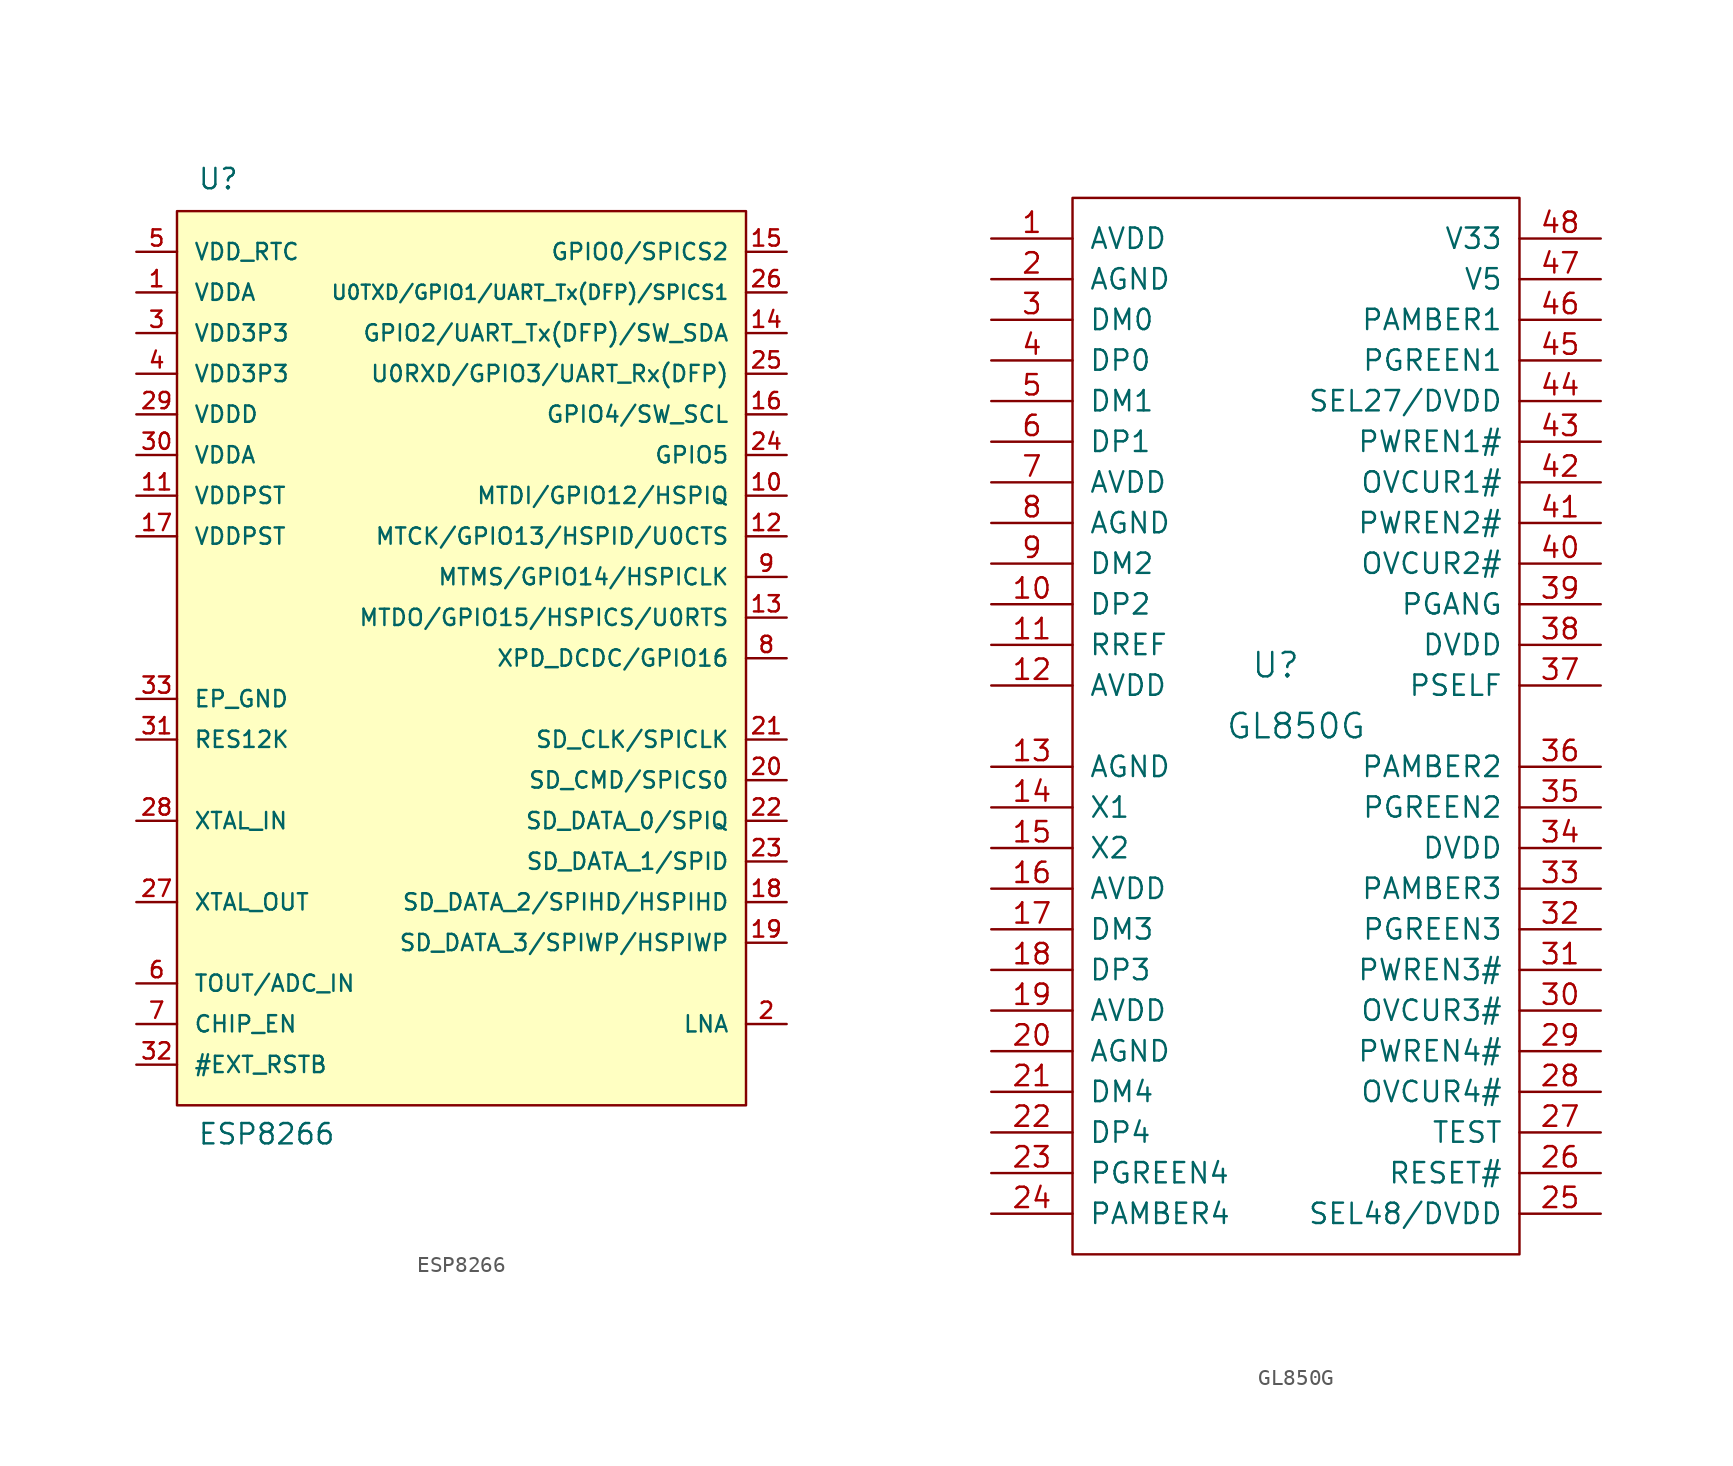
<source format=kicad_sym>
(kicad_symbol_lib
  (version 20220914)
  (generator kicad_symbol_editor)
  (symbol "ESP8266"
    (pin_names
      (offset 1.016))
    (property "Reference" "U"
      (at -16.51 29.21 0)
      (effects (font (size 1.27 1.27)) (justify left bottom)))
    (property "Value" "ESP8266"
      (at -16.51 -30.48 0)
      (effects (font (size 1.27 1.27)) (justify left bottom)))
    (property "Datasheet" ""
      (at -3.81 7.62 0)
      (effects (font (size 1.524 1.524))))
    (symbol "ESP8266_0_1"
      (rectangle (start -17.78 27.94) (end 17.78 -27.94) (stroke (width 0) (type solid)) (fill (type background))))
    (symbol "ESP8266_1_1"
      (pin power_in line (at -20.32 22.86 0) (length 2.54) (name "VDDA" (effects (font (size 1.016 1.016)))) (number "1" (effects (font (size 1.016 1.016)))))
      (pin bidirectional line (at 20.32 10.16 180) (length 2.54) (name "MTDI/GPIO12/HSPIQ" (effects (font (size 1.016 1.016)))) (number "10" (effects (font (size 1.016 1.016)))))
      (pin power_in line (at -20.32 10.16 0) (length 2.54) (name "VDDPST" (effects (font (size 1.016 1.016)))) (number "11" (effects (font (size 1.016 1.016)))))
      (pin bidirectional line (at 20.32 7.62 180) (length 2.54) (name "MTCK/GPIO13/HSPID/U0CTS" (effects (font (size 1.016 1.016)))) (number "12" (effects (font (size 1.016 1.016)))))
      (pin bidirectional line (at 20.32 2.54 180) (length 2.54) (name "MTDO/GPIO15/HSPICS/U0RTS" (effects (font (size 1.016 1.016)))) (number "13" (effects (font (size 1.016 1.016)))))
      (pin bidirectional line (at 20.32 20.32 180) (length 2.54) (name "GPIO2/UART_Tx(DFP)/SW_SDA" (effects (font (size 1.016 1.016)))) (number "14" (effects (font (size 1.016 1.016)))))
      (pin bidirectional line (at 20.32 25.4 180) (length 2.54) (name "GPIO0/SPICS2" (effects (font (size 1.016 1.016)))) (number "15" (effects (font (size 1.016 1.016)))))
      (pin bidirectional line (at 20.32 15.24 180) (length 2.54) (name "GPIO4/SW_SCL" (effects (font (size 1.016 1.016)))) (number "16" (effects (font (size 1.016 1.016)))))
      (pin power_in line (at -20.32 7.62 0) (length 2.54) (name "VDDPST" (effects (font (size 1.016 1.016)))) (number "17" (effects (font (size 1.016 1.016)))))
      (pin bidirectional line (at 20.32 -15.24 180) (length 2.54) (name "SD_DATA_2/SPIHD/HSPIHD" (effects (font (size 1.016 1.016)))) (number "18" (effects (font (size 1.016 1.016)))))
      (pin bidirectional line (at 20.32 -17.78 180) (length 2.54) (name "SD_DATA_3/SPIWP/HSPIWP" (effects (font (size 1.016 1.016)))) (number "19" (effects (font (size 1.016 1.016)))))
      (pin bidirectional line (at 20.32 -22.86 180) (length 2.54) (name "LNA" (effects (font (size 1.016 1.016)))) (number "2" (effects (font (size 1.016 1.016)))))
      (pin bidirectional line (at 20.32 -7.62 180) (length 2.54) (name "SD_CMD/SPICS0" (effects (font (size 1.016 1.016)))) (number "20" (effects (font (size 1.016 1.016)))))
      (pin bidirectional line (at 20.32 -5.08 180) (length 2.54) (name "SD_CLK/SPICLK" (effects (font (size 1.016 1.016)))) (number "21" (effects (font (size 1.016 1.016)))))
      (pin bidirectional line (at 20.32 -10.16 180) (length 2.54) (name "SD_DATA_0/SPIQ" (effects (font (size 1.016 1.016)))) (number "22" (effects (font (size 1.016 1.016)))))
      (pin bidirectional line (at 20.32 -12.7 180) (length 2.54) (name "SD_DATA_1/SPID" (effects (font (size 1.016 1.016)))) (number "23" (effects (font (size 1.016 1.016)))))
      (pin bidirectional line (at 20.32 12.7 180) (length 2.54) (name "GPIO5" (effects (font (size 1.016 1.016)))) (number "24" (effects (font (size 1.016 1.016)))))
      (pin bidirectional line (at 20.32 17.78 180) (length 2.54) (name "U0RXD/GPIO3/UART_Rx(DFP)" (effects (font (size 1.016 1.016)))) (number "25" (effects (font (size 1.016 1.016)))))
      (pin bidirectional line (at 20.32 22.86 180) (length 2.54) (name "U0TXD/GPIO1/UART_Tx(DFP)/SPICS1" (effects (font (size 0.889 0.889)))) (number "26" (effects (font (size 1.016 1.016)))))
      (pin output line (at -20.32 -15.24 0) (length 2.54) (name "XTAL_OUT" (effects (font (size 1.016 1.016)))) (number "27" (effects (font (size 1.016 1.016)))))
      (pin input line (at -20.32 -10.16 0) (length 2.54) (name "XTAL_IN" (effects (font (size 1.016 1.016)))) (number "28" (effects (font (size 1.016 1.016)))))
      (pin power_in line (at -20.32 15.24 0) (length 2.54) (name "VDDD" (effects (font (size 1.016 1.016)))) (number "29" (effects (font (size 1.016 1.016)))))
      (pin power_in line (at -20.32 20.32 0) (length 2.54) (name "VDD3P3" (effects (font (size 1.016 1.016)))) (number "3" (effects (font (size 1.016 1.016)))))
      (pin power_in line (at -20.32 12.7 0) (length 2.54) (name "VDDA" (effects (font (size 1.016 1.016)))) (number "30" (effects (font (size 1.016 1.016)))))
      (pin input line (at -20.32 -5.08 0) (length 2.54) (name "RES12K" (effects (font (size 1.016 1.016)))) (number "31" (effects (font (size 1.016 1.016)))))
      (pin input line (at -20.32 -25.4 0) (length 2.54) (name "#EXT_RSTB" (effects (font (size 1.016 1.016)))) (number "32" (effects (font (size 1.016 1.016)))))
      (pin power_in line (at -20.32 -2.54 0) (length 2.54) (name "EP_GND" (effects (font (size 1.016 1.016)))) (number "33" (effects (font (size 1.016 1.016)))))
      (pin power_in line (at -20.32 17.78 0) (length 2.54) (name "VDD3P3" (effects (font (size 1.016 1.016)))) (number "4" (effects (font (size 1.016 1.016)))))
      (pin power_in line (at -20.32 25.4 0) (length 2.54) (name "VDD_RTC" (effects (font (size 1.016 1.016)))) (number "5" (effects (font (size 1.016 1.016)))))
      (pin input line (at -20.32 -20.32 0) (length 2.54) (name "TOUT/ADC_IN" (effects (font (size 1.016 1.016)))) (number "6" (effects (font (size 1.016 1.016)))))
      (pin input line (at -20.32 -22.86 0) (length 2.54) (name "CHIP_EN" (effects (font (size 1.016 1.016)))) (number "7" (effects (font (size 1.016 1.016)))))
      (pin bidirectional line (at 20.32 0 180) (length 2.54) (name "XPD_DCDC/GPIO16" (effects (font (size 1.016 1.016)))) (number "8" (effects (font (size 1.016 1.016)))))
      (pin bidirectional line (at 20.32 5.08 180) (length 2.54) (name "MTMS/GPIO14/HSPICLK" (effects (font (size 1.016 1.016)))) (number "9" (effects (font (size 1.016 1.016)))))))
  (symbol "GL850G"
    (pin_names
      (offset 1.016))
    (property "Reference" "U"
      (at -1.27 3.81 0)
      (effects (font (size 1.524 1.524))))
    (property "Value" "GL850G"
      (at 0 0 0)
      (effects (font (size 1.524 1.524))))
    (property "Footprint" ""
      (at 0 34.29 0)
      (effects (font (size 1.524 1.524))))
    (property "Datasheet" ""
      (at 0 34.29 0)
      (effects (font (size 1.524 1.524))))
    (symbol "GL850G_0_1"
      (rectangle (start -13.97 33.02) (end 13.97 -33.02) (stroke (width 0) (type solid)) (fill (type none))))
    (symbol "GL850G_1_1"
      (pin power_in line (at -19.05 30.48 0) (length 5.08) (name "AVDD" (effects (font (size 1.27 1.27)))) (number "1" (effects (font (size 1.27 1.27)))))
      (pin bidirectional line (at -19.05 7.62 0) (length 5.08) (name "DP2" (effects (font (size 1.27 1.27)))) (number "10" (effects (font (size 1.27 1.27)))))
      (pin power_in line (at -19.05 5.08 0) (length 5.08) (name "RREF" (effects (font (size 1.27 1.27)))) (number "11" (effects (font (size 1.27 1.27)))))
      (pin power_in line (at -19.05 2.54 0) (length 5.08) (name "AVDD" (effects (font (size 1.27 1.27)))) (number "12" (effects (font (size 1.27 1.27)))))
      (pin power_in line (at -19.05 -2.54 0) (length 5.08) (name "AGND" (effects (font (size 1.27 1.27)))) (number "13" (effects (font (size 1.27 1.27)))))
      (pin bidirectional line (at -19.05 -5.08 0) (length 5.08) (name "X1" (effects (font (size 1.27 1.27)))) (number "14" (effects (font (size 1.27 1.27)))))
      (pin bidirectional line (at -19.05 -7.62 0) (length 5.08) (name "X2" (effects (font (size 1.27 1.27)))) (number "15" (effects (font (size 1.27 1.27)))))
      (pin bidirectional line (at -19.05 -10.16 0) (length 5.08) (name "AVDD" (effects (font (size 1.27 1.27)))) (number "16" (effects (font (size 1.27 1.27)))))
      (pin bidirectional line (at -19.05 -12.7 0) (length 5.08) (name "DM3" (effects (font (size 1.27 1.27)))) (number "17" (effects (font (size 1.27 1.27)))))
      (pin bidirectional line (at -19.05 -15.24 0) (length 5.08) (name "DP3" (effects (font (size 1.27 1.27)))) (number "18" (effects (font (size 1.27 1.27)))))
      (pin power_in line (at -19.05 -17.78 0) (length 5.08) (name "AVDD" (effects (font (size 1.27 1.27)))) (number "19" (effects (font (size 1.27 1.27)))))
      (pin power_in line (at -19.05 27.94 0) (length 5.08) (name "AGND" (effects (font (size 1.27 1.27)))) (number "2" (effects (font (size 1.27 1.27)))))
      (pin power_in line (at -19.05 -20.32 0) (length 5.08) (name "AGND" (effects (font (size 1.27 1.27)))) (number "20" (effects (font (size 1.27 1.27)))))
      (pin bidirectional line (at -19.05 -22.86 0) (length 5.08) (name "DM4" (effects (font (size 1.27 1.27)))) (number "21" (effects (font (size 1.27 1.27)))))
      (pin bidirectional line (at -19.05 -25.4 0) (length 5.08) (name "DP4" (effects (font (size 1.27 1.27)))) (number "22" (effects (font (size 1.27 1.27)))))
      (pin bidirectional line (at -19.05 -27.94 0) (length 5.08) (name "PGREEN4" (effects (font (size 1.27 1.27)))) (number "23" (effects (font (size 1.27 1.27)))))
      (pin bidirectional line (at -19.05 -30.48 0) (length 5.08) (name "PAMBER4" (effects (font (size 1.27 1.27)))) (number "24" (effects (font (size 1.27 1.27)))))
      (pin power_in line (at 19.05 -30.48 180) (length 5.08) (name "SEL48/DVDD" (effects (font (size 1.27 1.27)))) (number "25" (effects (font (size 1.27 1.27)))))
      (pin input line (at 19.05 -27.94 180) (length 5.08) (name "RESET#" (effects (font (size 1.27 1.27)))) (number "26" (effects (font (size 1.27 1.27)))))
      (pin unspecified line (at 19.05 -25.4 180) (length 5.08) (name "TEST" (effects (font (size 1.27 1.27)))) (number "27" (effects (font (size 1.27 1.27)))))
      (pin bidirectional line (at 19.05 -22.86 180) (length 5.08) (name "OVCUR4#" (effects (font (size 1.27 1.27)))) (number "28" (effects (font (size 1.27 1.27)))))
      (pin bidirectional line (at 19.05 -20.32 180) (length 5.08) (name "PWREN4#" (effects (font (size 1.27 1.27)))) (number "29" (effects (font (size 1.27 1.27)))))
      (pin bidirectional line (at -19.05 25.4 0) (length 5.08) (name "DM0" (effects (font (size 1.27 1.27)))) (number "3" (effects (font (size 1.27 1.27)))))
      (pin bidirectional line (at 19.05 -17.78 180) (length 5.08) (name "OVCUR3#" (effects (font (size 1.27 1.27)))) (number "30" (effects (font (size 1.27 1.27)))))
      (pin bidirectional line (at 19.05 -15.24 180) (length 5.08) (name "PWREN3#" (effects (font (size 1.27 1.27)))) (number "31" (effects (font (size 1.27 1.27)))))
      (pin bidirectional line (at 19.05 -12.7 180) (length 5.08) (name "PGREEN3" (effects (font (size 1.27 1.27)))) (number "32" (effects (font (size 1.27 1.27)))))
      (pin bidirectional line (at 19.05 -10.16 180) (length 5.08) (name "PAMBER3" (effects (font (size 1.27 1.27)))) (number "33" (effects (font (size 1.27 1.27)))))
      (pin power_in line (at 19.05 -7.62 180) (length 5.08) (name "DVDD" (effects (font (size 1.27 1.27)))) (number "34" (effects (font (size 1.27 1.27)))))
      (pin bidirectional line (at 19.05 -5.08 180) (length 5.08) (name "PGREEN2" (effects (font (size 1.27 1.27)))) (number "35" (effects (font (size 1.27 1.27)))))
      (pin bidirectional line (at 19.05 -2.54 180) (length 5.08) (name "PAMBER2" (effects (font (size 1.27 1.27)))) (number "36" (effects (font (size 1.27 1.27)))))
      (pin bidirectional line (at 19.05 2.54 180) (length 5.08) (name "PSELF" (effects (font (size 1.27 1.27)))) (number "37" (effects (font (size 1.27 1.27)))))
      (pin power_in line (at 19.05 5.08 180) (length 5.08) (name "DVDD" (effects (font (size 1.27 1.27)))) (number "38" (effects (font (size 1.27 1.27)))))
      (pin bidirectional line (at 19.05 7.62 180) (length 5.08) (name "PGANG" (effects (font (size 1.27 1.27)))) (number "39" (effects (font (size 1.27 1.27)))))
      (pin bidirectional line (at -19.05 22.86 0) (length 5.08) (name "DP0" (effects (font (size 1.27 1.27)))) (number "4" (effects (font (size 1.27 1.27)))))
      (pin bidirectional line (at 19.05 10.16 180) (length 5.08) (name "OVCUR2#" (effects (font (size 1.27 1.27)))) (number "40" (effects (font (size 1.27 1.27)))))
      (pin bidirectional line (at 19.05 12.7 180) (length 5.08) (name "PWREN2#" (effects (font (size 1.27 1.27)))) (number "41" (effects (font (size 1.27 1.27)))))
      (pin bidirectional line (at 19.05 15.24 180) (length 5.08) (name "OVCUR1#" (effects (font (size 1.27 1.27)))) (number "42" (effects (font (size 1.27 1.27)))))
      (pin bidirectional line (at 19.05 17.78 180) (length 5.08) (name "PWREN1#" (effects (font (size 1.27 1.27)))) (number "43" (effects (font (size 1.27 1.27)))))
      (pin power_in line (at 19.05 20.32 180) (length 5.08) (name "SEL27/DVDD" (effects (font (size 1.27 1.27)))) (number "44" (effects (font (size 1.27 1.27)))))
      (pin bidirectional line (at 19.05 22.86 180) (length 5.08) (name "PGREEN1" (effects (font (size 1.27 1.27)))) (number "45" (effects (font (size 1.27 1.27)))))
      (pin bidirectional line (at 19.05 25.4 180) (length 5.08) (name "PAMBER1" (effects (font (size 1.27 1.27)))) (number "46" (effects (font (size 1.27 1.27)))))
      (pin power_in line (at 19.05 27.94 180) (length 5.08) (name "V5" (effects (font (size 1.27 1.27)))) (number "47" (effects (font (size 1.27 1.27)))))
      (pin power_in line (at 19.05 30.48 180) (length 5.08) (name "V33" (effects (font (size 1.27 1.27)))) (number "48" (effects (font (size 1.27 1.27)))))
      (pin bidirectional line (at -19.05 20.32 0) (length 5.08) (name "DM1" (effects (font (size 1.27 1.27)))) (number "5" (effects (font (size 1.27 1.27)))))
      (pin bidirectional line (at -19.05 17.78 0) (length 5.08) (name "DP1" (effects (font (size 1.27 1.27)))) (number "6" (effects (font (size 1.27 1.27)))))
      (pin power_in line (at -19.05 15.24 0) (length 5.08) (name "AVDD" (effects (font (size 1.27 1.27)))) (number "7" (effects (font (size 1.27 1.27)))))
      (pin power_in line (at -19.05 12.7 0) (length 5.08) (name "AGND" (effects (font (size 1.27 1.27)))) (number "8" (effects (font (size 1.27 1.27)))))
      (pin bidirectional line (at -19.05 10.16 0) (length 5.08) (name "DM2" (effects (font (size 1.27 1.27)))) (number "9" (effects (font (size 1.27 1.27))))))))
</source>
